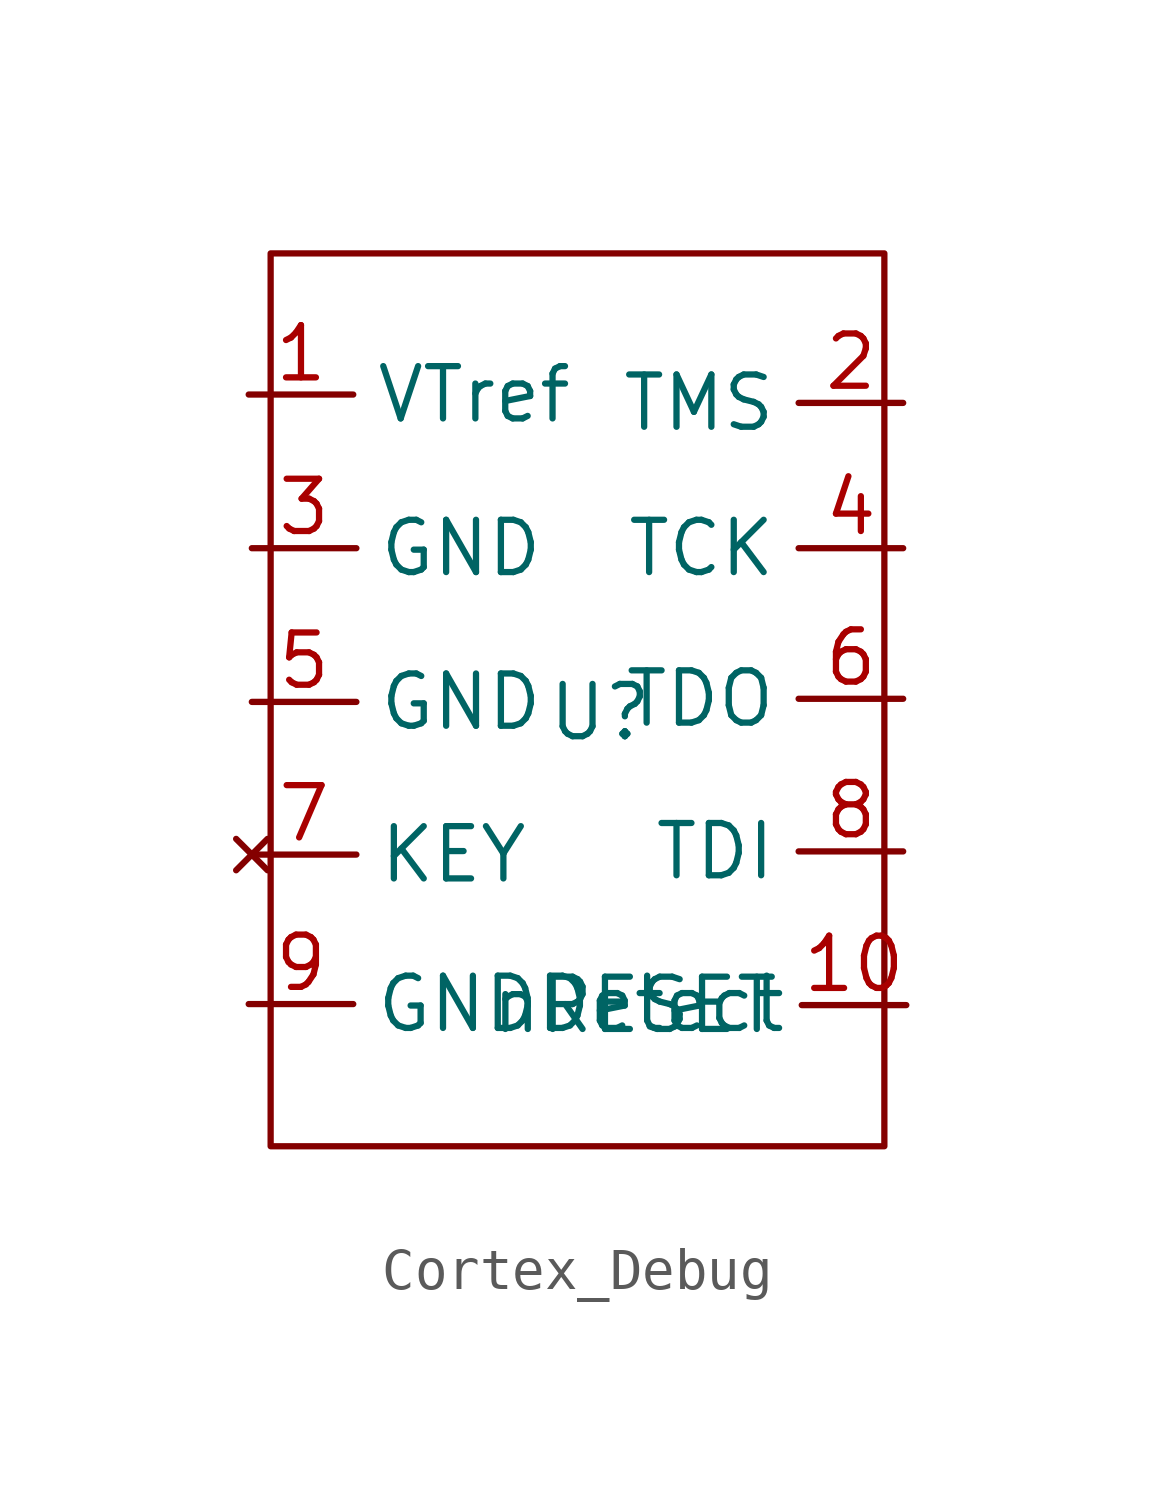
<source format=kicad_sym>
(kicad_symbol_lib
  (version 20220914)
  (generator kicad_symbol_editor)
  (symbol "Cortex_Debug"
    (property "Reference" "U"
      (at -0.051 -0.203 0)
      (effects (font (size 1.27 1.27))))
    (property "Value" ""
      (at -0.279 -7.087 0)
      (effects (font (size 1.27 1.27))))
    (symbol "Cortex_Debug_0_1"
      (rectangle (start -8.052 10.947) (end 6.858 -10.744) (stroke (width 0) (type default)) (fill (type none))))
    (symbol "Cortex_Debug_1_1"
      (pin input line (at -8.585 7.518 0) (length 2.54) (name "VTref" (effects (font (size 1.27 1.27)))) (number "1" (effects (font (size 1.27 1.27)))))
      (pin input line (at 7.391 -7.315 180) (length 2.54) (name "nRESET" (effects (font (size 1.27 1.27)))) (number "10" (effects (font (size 1.27 1.27)))))
      (pin input line (at 7.315 7.315 180) (length 2.54) (name "TMS" (effects (font (size 1.27 1.27)))) (number "2" (effects (font (size 1.27 1.27)))))
      (pin output line (at -8.509 3.785 0) (length 2.54) (name "GND" (effects (font (size 1.27 1.27)))) (number "3" (effects (font (size 1.27 1.27)))))
      (pin input line (at 7.315 3.785 180) (length 2.54) (name "TCK" (effects (font (size 1.27 1.27)))) (number "4" (effects (font (size 1.27 1.27)))))
      (pin output line (at -8.509 0.051 0) (length 2.54) (name "GND" (effects (font (size 1.27 1.27)))) (number "5" (effects (font (size 1.27 1.27)))))
      (pin input line (at 7.315 0.127 180) (length 2.54) (name "TDO" (effects (font (size 1.27 1.27)))) (number "6" (effects (font (size 1.27 1.27)))))
      (pin no_connect line (at -8.509 -3.658 0) (length 2.54) (name "KEY" (effects (font (size 1.27 1.27)))) (number "7" (effects (font (size 1.27 1.27)))))
      (pin input line (at 7.315 -3.581 180) (length 2.54) (name "TDI" (effects (font (size 1.27 1.27)))) (number "8" (effects (font (size 1.27 1.27)))))
      (pin output line (at -8.585 -7.29 0) (length 2.54) (name "GNDDetect" (effects (font (size 1.27 1.27)))) (number "9" (effects (font (size 1.27 1.27))))))))
</source>
